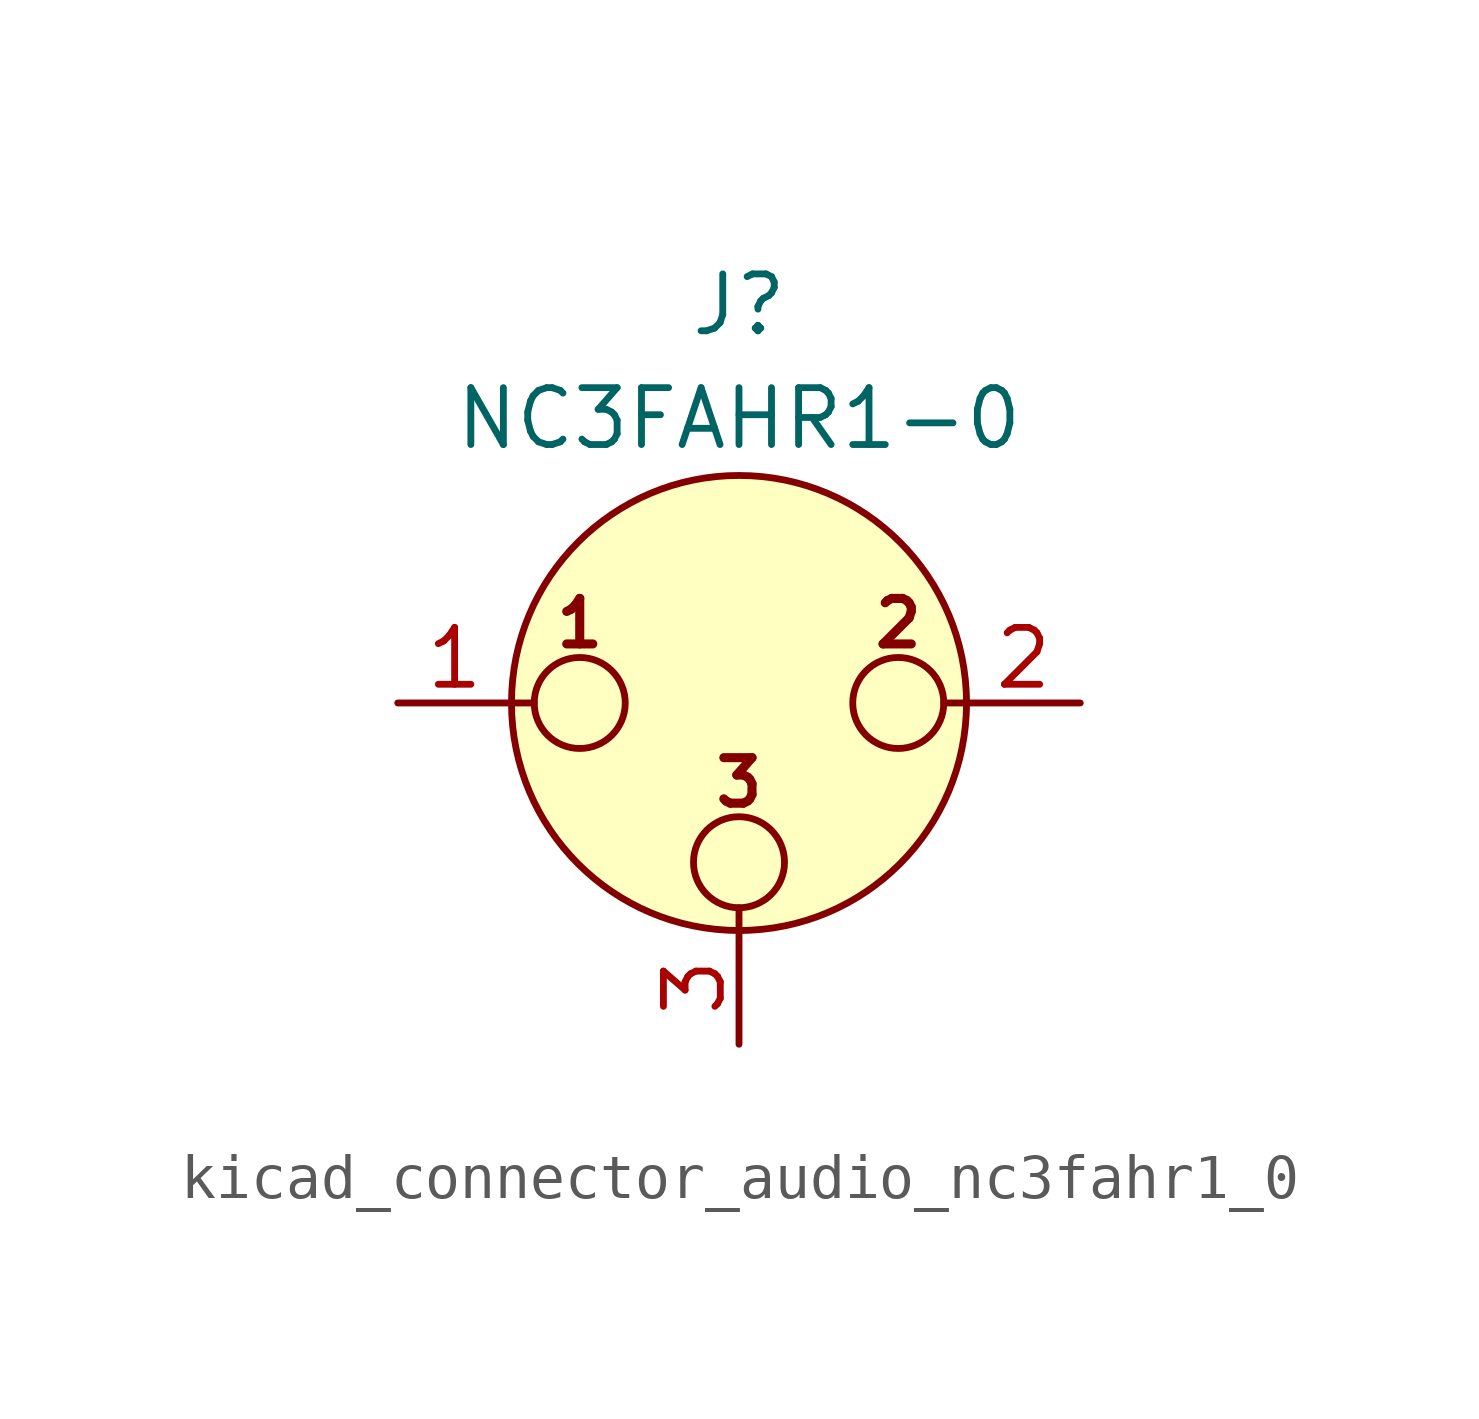
<source format=kicad_sym>
(kicad_symbol_lib
  (version 20220914)
  (generator kicad_symbol_editor)
  (symbol "kicad_connector_audio_nc3fahr1_0"
    (pin_names hide)
    (property "Reference" "J"
      (at 0 8.89 0)
      (effects (font (size 1.27 1.27))))
    (property "Value" "NC3FAHR1-0"
      (at 0 6.35 0)
      (effects (font (size 1.27 1.27))))
    (symbol "kicad_connector_audio_nc3fahr1_0_0_1"
      (circle (center -3.556 0) (radius 1.016) (stroke (width 0) (type default)) (fill (type none)))
      (circle (center 0 -3.556) (radius 1.016) (stroke (width 0) (type default)) (fill (type none)))
      (polyline (pts (xy -5.08 0) (xy -4.572 0)) (stroke (width 0) (type default)) (fill (type none)))
      (polyline (pts (xy 0 -5.08) (xy 0 -4.572)) (stroke (width 0) (type default)) (fill (type none)))
      (polyline (pts (xy 5.08 0) (xy 4.572 0)) (stroke (width 0) (type default)) (fill (type none)))
      (circle (center 0 0) (radius 5.08) (stroke (width 0) (type default)) (fill (type background)))
      (circle (center 3.556 0) (radius 1.016) (stroke (width 0) (type default)) (fill (type none)))
      (text "1" (at -3.556 1.778 0) (effects (font (size 1.016 1.016) bold)))
      (text "2" (at 3.556 1.778 0) (effects (font (size 1.016 1.016) bold)))
      (text "3" (at 0 -1.778 0) (effects (font (size 1.016 1.016) bold)))
      (pin passive line (at -7.62 0 0) (length 2.54) (name "~" (effects (font (size 1.27 1.27)))) (number "1" (effects (font (size 1.27 1.27)))))
      (pin passive line (at 7.62 0 180) (length 2.54) (name "~" (effects (font (size 1.27 1.27)))) (number "2" (effects (font (size 1.27 1.27)))))
      (pin passive line (at 0 -7.62 90) (length 2.54) (name "~" (effects (font (size 1.27 1.27)))) (number "3" (effects (font (size 1.27 1.27))))))))
</source>
